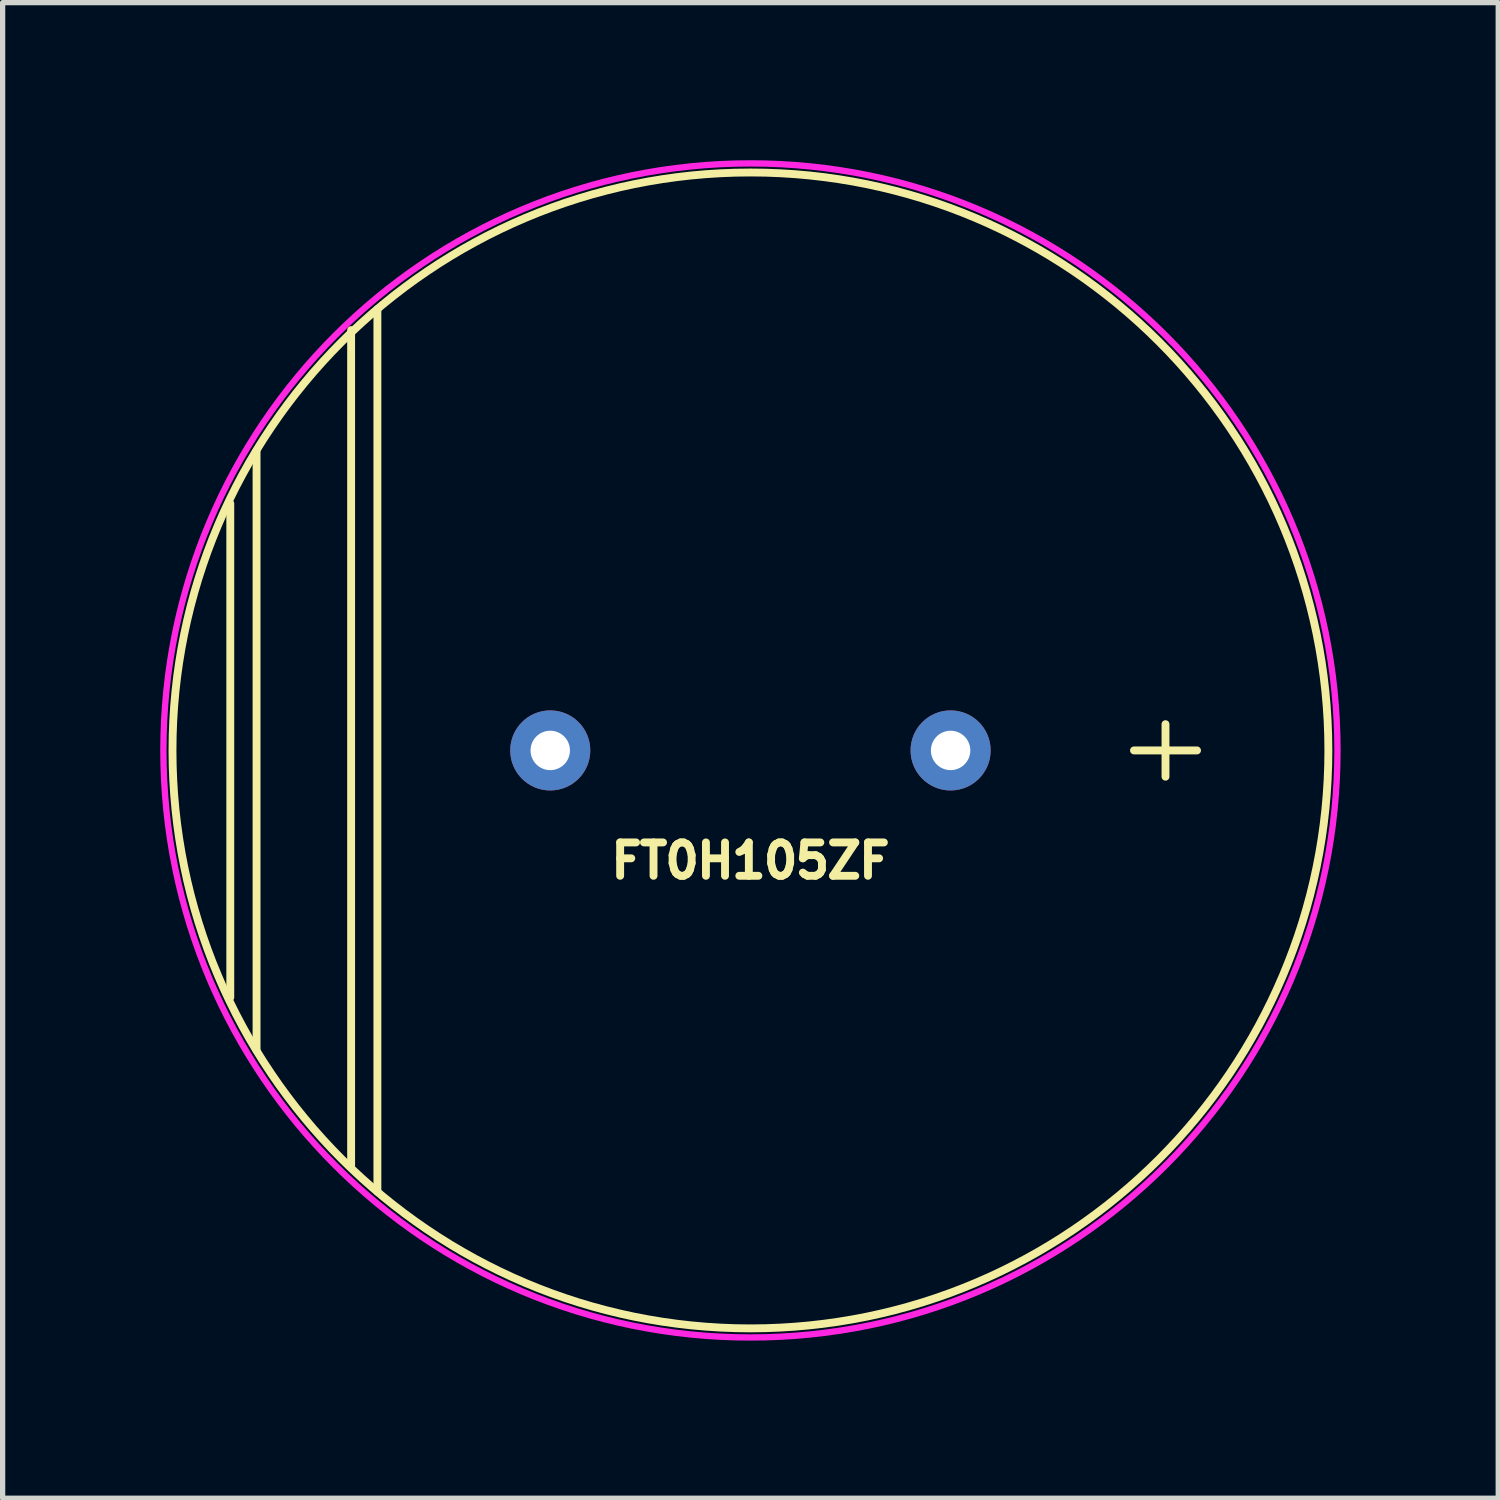
<source format=kicad_pcb>
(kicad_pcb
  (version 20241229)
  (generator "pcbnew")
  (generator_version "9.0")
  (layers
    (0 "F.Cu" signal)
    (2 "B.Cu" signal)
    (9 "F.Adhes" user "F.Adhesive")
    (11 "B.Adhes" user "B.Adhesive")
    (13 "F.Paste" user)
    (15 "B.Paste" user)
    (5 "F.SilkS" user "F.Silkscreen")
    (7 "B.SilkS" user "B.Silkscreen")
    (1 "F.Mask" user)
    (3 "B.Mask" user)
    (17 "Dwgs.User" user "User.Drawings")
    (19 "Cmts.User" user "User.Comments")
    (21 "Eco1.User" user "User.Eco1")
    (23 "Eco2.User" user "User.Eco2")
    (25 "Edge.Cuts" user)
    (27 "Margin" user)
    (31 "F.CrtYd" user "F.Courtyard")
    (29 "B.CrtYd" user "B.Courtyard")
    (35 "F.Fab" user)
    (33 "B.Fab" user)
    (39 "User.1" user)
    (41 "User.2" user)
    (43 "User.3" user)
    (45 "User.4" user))
  (footprint "FT0H105ZF"
    (layer "F.Cu")
    (at 11.233 11.233)
    (property "Reference" "FT0H105ZF" (at 0 2.1 0) (layer "F.SilkS") (effects (font (size 0.635 0.635) (thickness 0.15))))
    (attr through_hole)
    (fp_line (start -9.9 -4.7) (end -9.9 4.7) (stroke (width 0.15) (type solid)) (layer "F.SilkS"))
    (fp_line (start -9.4 -5.7) (end -9.4 5.7) (stroke (width 0.15) (type solid)) (layer "F.SilkS"))
    (fp_line (start -7.6 -8) (end -7.6 7.9) (stroke (width 0.15) (type solid)) (layer "F.SilkS"))
    (fp_line (start -7.1 -8.4) (end -7.1 8.4) (stroke (width 0.15) (type solid)) (layer "F.SilkS"))
    (fp_line (start 7.3 0) (end 8.5 0) (stroke (width 0.15) (type solid)) (layer "F.SilkS"))
    (fp_line (start 7.9 -0.5) (end 7.9 0.5) (stroke (width 0.15) (type solid)) (layer "F.SilkS"))
    (fp_circle (center 0 0) (end 11 0) (stroke (width 0.15) (type solid)) (fill no) (layer "F.SilkS"))
    (fp_circle (center 0 0) (end 8 7.8) (stroke (width 0.12) (type solid)) (fill no) (layer "F.CrtYd"))
    (pad "1" thru_hole circle (at -3.81 0) (size 1.524 1.524) (drill 0.75) (layers "*.Cu" "*.Mask"))
    (pad "2" thru_hole circle (at 3.81 0) (size 1.524 1.524) (drill 0.75) (layers "*.Cu" "*.Mask")))
  (gr_rect
    (start -3 -3)
    (end 25.466 25.466)
    (stroke (width 0.1) (type default))
    (fill no)
    (layer "Edge.Cuts")))
</source>
